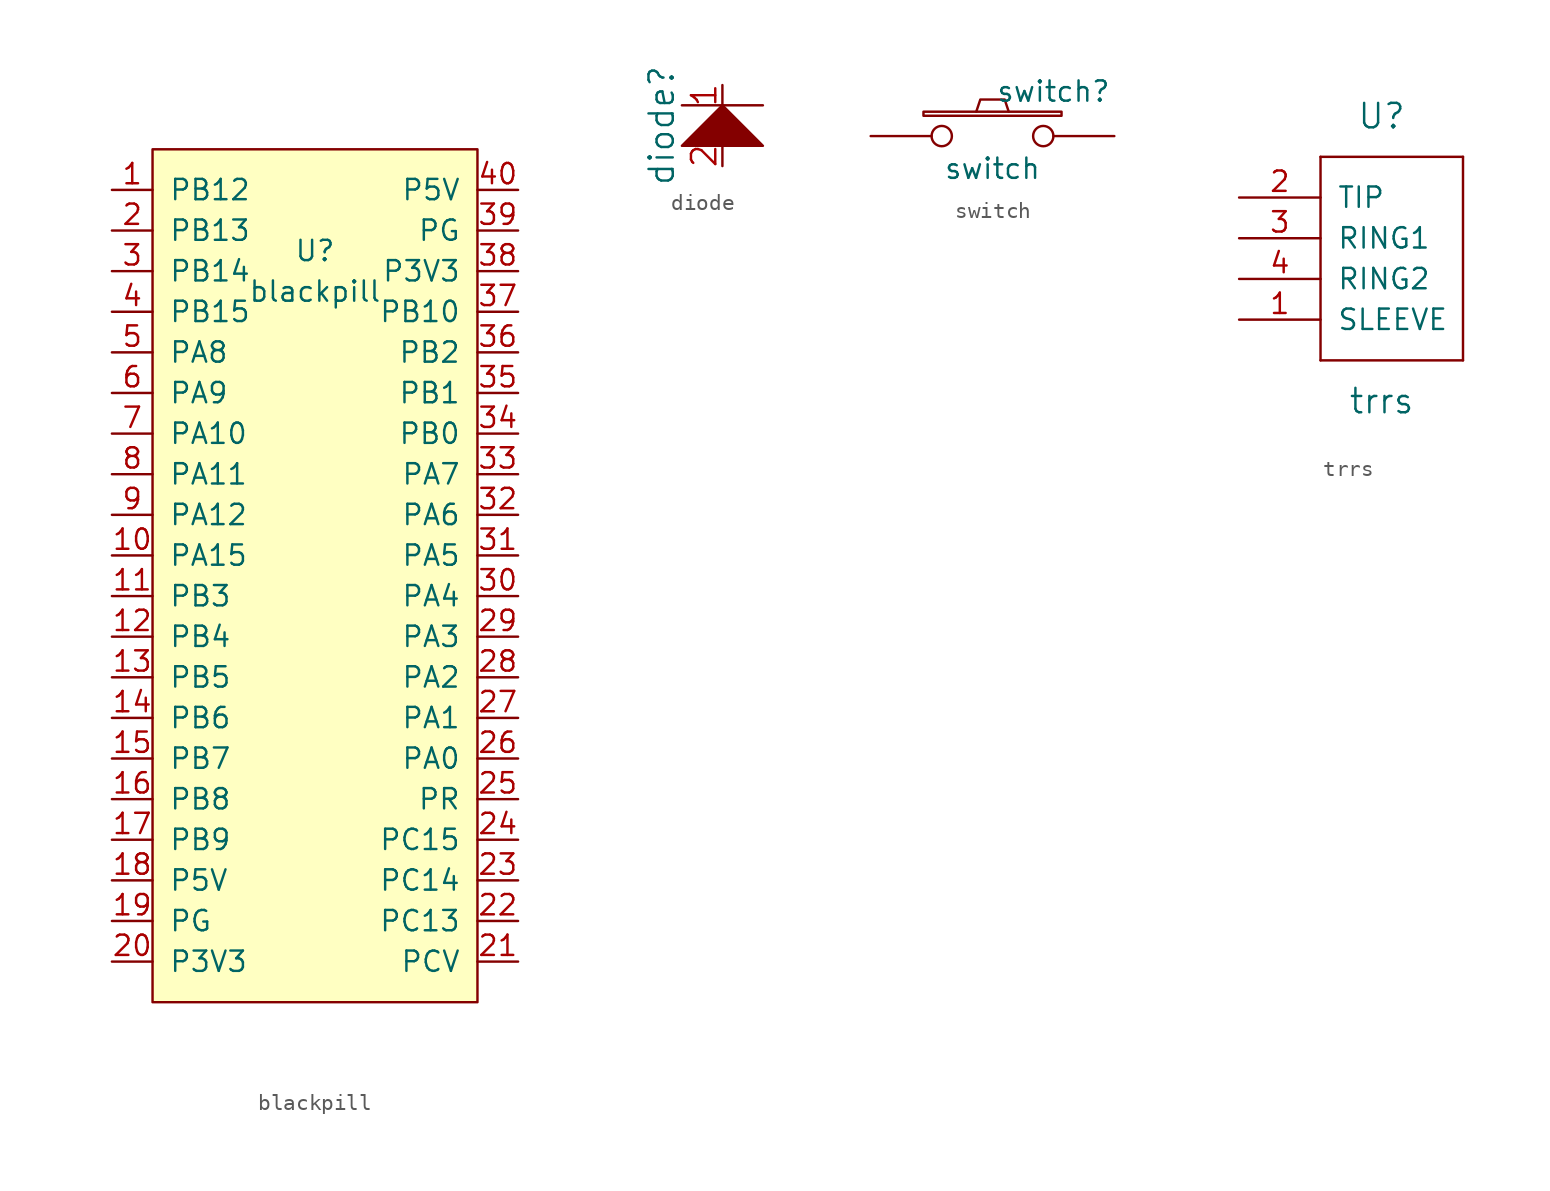
<source format=kicad_sym>
(kicad_symbol_lib
  (version 20211014)
  (generator kicad_symbol_editor)
  (symbol "blackpill"
    (pin_names
      (offset 1.016))
    (property "Reference" "U"
      (at 0 13.97 0)
      (effects (font (size 1.27 1.27))))
    (property "Value" "blackpill"
      (at 0 11.43 0)
      (effects (font (size 1.27 1.27))))
    (symbol "blackpill_0_1"
      (rectangle (start -10.16 20.32) (end 10.16 -33.02) (stroke (width 0) (type default) (color 0 0 0 0)) (fill (type background))))
    (symbol "blackpill_1_1"
      (pin input line (at -12.7 17.78 0) (length 2.54) (name "PB12" (effects (font (size 1.27 1.27)))) (number "1" (effects (font (size 1.27 1.27)))))
      (pin input line (at -12.7 -5.08 0) (length 2.54) (name "PA15" (effects (font (size 1.27 1.27)))) (number "10" (effects (font (size 1.27 1.27)))))
      (pin input line (at -12.7 -7.62 0) (length 2.54) (name "PB3" (effects (font (size 1.27 1.27)))) (number "11" (effects (font (size 1.27 1.27)))))
      (pin input line (at -12.7 -10.16 0) (length 2.54) (name "PB4" (effects (font (size 1.27 1.27)))) (number "12" (effects (font (size 1.27 1.27)))))
      (pin input line (at -12.7 -12.7 0) (length 2.54) (name "PB5" (effects (font (size 1.27 1.27)))) (number "13" (effects (font (size 1.27 1.27)))))
      (pin input line (at -12.7 -15.24 0) (length 2.54) (name "PB6" (effects (font (size 1.27 1.27)))) (number "14" (effects (font (size 1.27 1.27)))))
      (pin input line (at -12.7 -17.78 0) (length 2.54) (name "PB7" (effects (font (size 1.27 1.27)))) (number "15" (effects (font (size 1.27 1.27)))))
      (pin input line (at -12.7 -20.32 0) (length 2.54) (name "PB8" (effects (font (size 1.27 1.27)))) (number "16" (effects (font (size 1.27 1.27)))))
      (pin input line (at -12.7 -22.86 0) (length 2.54) (name "PB9" (effects (font (size 1.27 1.27)))) (number "17" (effects (font (size 1.27 1.27)))))
      (pin input line (at -12.7 -25.4 0) (length 2.54) (name "P5V" (effects (font (size 1.27 1.27)))) (number "18" (effects (font (size 1.27 1.27)))))
      (pin input line (at -12.7 -27.94 0) (length 2.54) (name "PG" (effects (font (size 1.27 1.27)))) (number "19" (effects (font (size 1.27 1.27)))))
      (pin input line (at -12.7 15.24 0) (length 2.54) (name "PB13" (effects (font (size 1.27 1.27)))) (number "2" (effects (font (size 1.27 1.27)))))
      (pin input line (at -12.7 -30.48 0) (length 2.54) (name "P3V3" (effects (font (size 1.27 1.27)))) (number "20" (effects (font (size 1.27 1.27)))))
      (pin input line (at 12.7 -30.48 180) (length 2.54) (name "PCV" (effects (font (size 1.27 1.27)))) (number "21" (effects (font (size 1.27 1.27)))))
      (pin input line (at 12.7 -27.94 180) (length 2.54) (name "PC13" (effects (font (size 1.27 1.27)))) (number "22" (effects (font (size 1.27 1.27)))))
      (pin input line (at 12.7 -25.4 180) (length 2.54) (name "PC14" (effects (font (size 1.27 1.27)))) (number "23" (effects (font (size 1.27 1.27)))))
      (pin input line (at 12.7 -22.86 180) (length 2.54) (name "PC15" (effects (font (size 1.27 1.27)))) (number "24" (effects (font (size 1.27 1.27)))))
      (pin input line (at 12.7 -20.32 180) (length 2.54) (name "PR" (effects (font (size 1.27 1.27)))) (number "25" (effects (font (size 1.27 1.27)))))
      (pin input line (at 12.7 -17.78 180) (length 2.54) (name "PA0" (effects (font (size 1.27 1.27)))) (number "26" (effects (font (size 1.27 1.27)))))
      (pin input line (at 12.7 -15.24 180) (length 2.54) (name "PA1" (effects (font (size 1.27 1.27)))) (number "27" (effects (font (size 1.27 1.27)))))
      (pin input line (at 12.7 -12.7 180) (length 2.54) (name "PA2" (effects (font (size 1.27 1.27)))) (number "28" (effects (font (size 1.27 1.27)))))
      (pin input line (at 12.7 -10.16 180) (length 2.54) (name "PA3" (effects (font (size 1.27 1.27)))) (number "29" (effects (font (size 1.27 1.27)))))
      (pin input line (at -12.7 12.7 0) (length 2.54) (name "PB14" (effects (font (size 1.27 1.27)))) (number "3" (effects (font (size 1.27 1.27)))))
      (pin input line (at 12.7 -7.62 180) (length 2.54) (name "PA4" (effects (font (size 1.27 1.27)))) (number "30" (effects (font (size 1.27 1.27)))))
      (pin input line (at 12.7 -5.08 180) (length 2.54) (name "PA5" (effects (font (size 1.27 1.27)))) (number "31" (effects (font (size 1.27 1.27)))))
      (pin input line (at 12.7 -2.54 180) (length 2.54) (name "PA6" (effects (font (size 1.27 1.27)))) (number "32" (effects (font (size 1.27 1.27)))))
      (pin input line (at 12.7 0 180) (length 2.54) (name "PA7" (effects (font (size 1.27 1.27)))) (number "33" (effects (font (size 1.27 1.27)))))
      (pin input line (at 12.7 2.54 180) (length 2.54) (name "PB0" (effects (font (size 1.27 1.27)))) (number "34" (effects (font (size 1.27 1.27)))))
      (pin input line (at 12.7 5.08 180) (length 2.54) (name "PB1" (effects (font (size 1.27 1.27)))) (number "35" (effects (font (size 1.27 1.27)))))
      (pin input line (at 12.7 7.62 180) (length 2.54) (name "PB2" (effects (font (size 1.27 1.27)))) (number "36" (effects (font (size 1.27 1.27)))))
      (pin input line (at 12.7 10.16 180) (length 2.54) (name "PB10" (effects (font (size 1.27 1.27)))) (number "37" (effects (font (size 1.27 1.27)))))
      (pin input line (at 12.7 12.7 180) (length 2.54) (name "P3V3" (effects (font (size 1.27 1.27)))) (number "38" (effects (font (size 1.27 1.27)))))
      (pin input line (at 12.7 15.24 180) (length 2.54) (name "PG" (effects (font (size 1.27 1.27)))) (number "39" (effects (font (size 1.27 1.27)))))
      (pin input line (at -12.7 10.16 0) (length 2.54) (name "PB15" (effects (font (size 1.27 1.27)))) (number "4" (effects (font (size 1.27 1.27)))))
      (pin input line (at 12.7 17.78 180) (length 2.54) (name "P5V" (effects (font (size 1.27 1.27)))) (number "40" (effects (font (size 1.27 1.27)))))
      (pin input line (at -12.7 7.62 0) (length 2.54) (name "PA8" (effects (font (size 1.27 1.27)))) (number "5" (effects (font (size 1.27 1.27)))))
      (pin input line (at -12.7 5.08 0) (length 2.54) (name "PA9" (effects (font (size 1.27 1.27)))) (number "6" (effects (font (size 1.27 1.27)))))
      (pin input line (at -12.7 2.54 0) (length 2.54) (name "PA10" (effects (font (size 1.27 1.27)))) (number "7" (effects (font (size 1.27 1.27)))))
      (pin input line (at -12.7 0 0) (length 2.54) (name "PA11" (effects (font (size 1.27 1.27)))) (number "8" (effects (font (size 1.27 1.27)))))
      (pin input line (at -12.7 -2.54 0) (length 2.54) (name "PA12" (effects (font (size 1.27 1.27)))) (number "9" (effects (font (size 1.27 1.27)))))))
  (symbol "diode"
    (pin_names
      (offset 1.016))
    (property "Reference" "diode"
      (at -3.81 -1.27 90)
      (effects (font (size 1.524 1.524))))
    (property "Footprint" ""
      (at 0 0 0)
      (effects (font (size 1.524 1.524))))
    (property "Datasheet" ""
      (at 0 0 0)
      (effects (font (size 1.524 1.524))))
    (symbol "diode_0_1"
      (polyline (pts (xy -2.54 0) (xy 2.54 0)) (stroke (width 0) (type default) (color 0 0 0 0)) (fill (type none)))
      (polyline (pts (xy 0 0) (xy -2.54 -2.54) (xy 2.54 -2.54) (xy 0 0)) (stroke (width 0) (type default) (color 0 0 0 0)) (fill (type outline))))
    (symbol "diode_1_1"
      (pin passive line (at 0 1.27 270) (length 1.27) (name "~" (effects (font (size 1.524 1.524)))) (number "1" (effects (font (size 1.524 1.524)))))
      (pin passive line (at 0 -3.81 90) (length 1.27) (name "~" (effects (font (size 1.524 1.524)))) (number "2" (effects (font (size 1.524 1.524)))))))
  (symbol "switch"
    (pin_numbers hide)
    (pin_names
      (offset 1.016) hide)
    (property "Reference" "switch"
      (at 3.81 2.794 0)
      (effects (font (size 1.27 1.27))))
    (property "Value" "switch"
      (at 0 -2.032 0)
      (effects (font (size 1.27 1.27))))
    (property "Footprint" ""
      (at 0 0 0)
      (effects (font (size 1.524 1.524))))
    (property "Datasheet" ""
      (at 0 0 0)
      (effects (font (size 1.524 1.524))))
    (symbol "switch_0_1"
      (rectangle (start -4.318 1.27) (end 4.318 1.524) (stroke (width 0) (type default) (color 0 0 0 0)) (fill (type none)))
      (polyline (pts (xy -1.016 1.524) (xy -0.762 2.286) (xy 0.762 2.286) (xy 1.016 1.524)) (stroke (width 0) (type default) (color 0 0 0 0)) (fill (type none)))
      (pin passive inverted (at -7.62 0 0) (length 5.08) (name "1" (effects (font (size 1.524 1.524)))) (number "1" (effects (font (size 1.524 1.524)))))
      (pin passive inverted (at 7.62 0 180) (length 5.08) (name "2" (effects (font (size 1.524 1.524)))) (number "2" (effects (font (size 1.524 1.524)))))))
  (symbol "trrs"
    (pin_names
      (offset 1.016))
    (property "Reference" "U"
      (at 0 15.24 0)
      (effects (font (size 1.524 1.524))))
    (property "Value" "trrs"
      (at 0 -2.54 0)
      (effects (font (size 1.524 1.524))))
    (symbol "trrs_0_1"
      (rectangle (start -3.81 0) (end -3.81 12.7) (stroke (width 0) (type default) (color 0 0 0 0)) (fill (type none)))
      (rectangle (start -3.81 12.7) (end 5.08 12.7) (stroke (width 0) (type default) (color 0 0 0 0)) (fill (type none)))
      (rectangle (start 5.08 0) (end -3.81 0) (stroke (width 0) (type default) (color 0 0 0 0)) (fill (type none)))
      (rectangle (start 5.08 12.7) (end 5.08 0) (stroke (width 0) (type default) (color 0 0 0 0)) (fill (type none))))
    (symbol "trrs_1_1"
      (pin input line (at -8.89 2.54 0) (length 5.08) (name "SLEEVE" (effects (font (size 1.27 1.27)))) (number "1" (effects (font (size 1.27 1.27)))))
      (pin input line (at -8.89 10.16 0) (length 5.08) (name "TIP" (effects (font (size 1.27 1.27)))) (number "2" (effects (font (size 1.27 1.27)))))
      (pin input line (at -8.89 7.62 0) (length 5.08) (name "RING1" (effects (font (size 1.27 1.27)))) (number "3" (effects (font (size 1.27 1.27)))))
      (pin input line (at -8.89 5.08 0) (length 5.08) (name "RING2" (effects (font (size 1.27 1.27)))) (number "4" (effects (font (size 1.27 1.27))))))))
</source>
